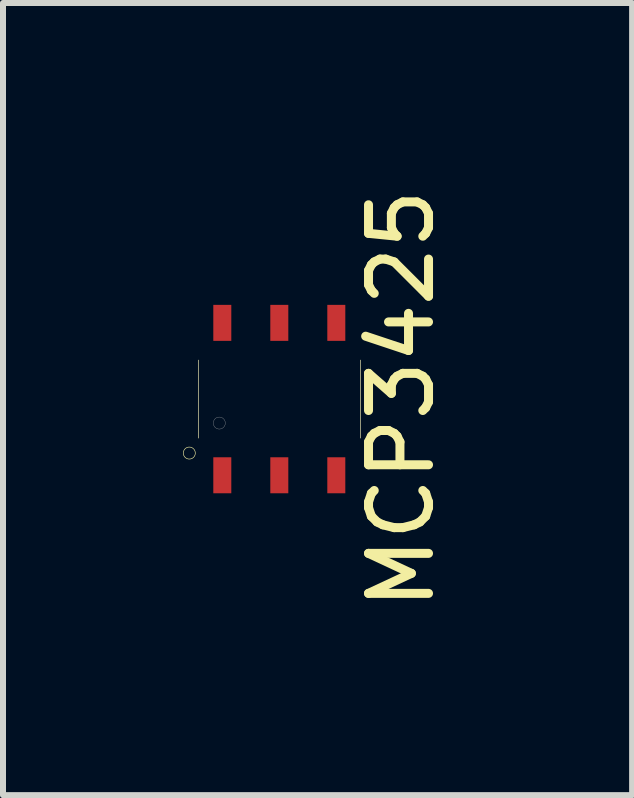
<source format=kicad_pcb>
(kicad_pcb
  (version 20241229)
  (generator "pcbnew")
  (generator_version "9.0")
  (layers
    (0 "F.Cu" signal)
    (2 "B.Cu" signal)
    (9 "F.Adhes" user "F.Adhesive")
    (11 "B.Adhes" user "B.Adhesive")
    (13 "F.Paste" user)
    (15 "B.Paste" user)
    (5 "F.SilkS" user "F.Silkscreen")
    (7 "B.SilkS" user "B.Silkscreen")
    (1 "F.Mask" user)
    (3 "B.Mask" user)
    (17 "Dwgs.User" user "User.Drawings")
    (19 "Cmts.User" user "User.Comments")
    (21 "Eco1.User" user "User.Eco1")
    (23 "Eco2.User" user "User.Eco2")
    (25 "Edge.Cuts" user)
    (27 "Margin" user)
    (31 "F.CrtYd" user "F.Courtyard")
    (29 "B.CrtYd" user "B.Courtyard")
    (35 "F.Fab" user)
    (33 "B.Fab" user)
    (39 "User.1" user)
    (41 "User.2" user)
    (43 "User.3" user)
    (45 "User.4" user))
  (footprint "MCP3425"
    (layer "F.Cu")
    (at 1.605 3.601)
    (property "Reference" "MCP3425" (at 2.032 0 90) (layer "F.SilkS") (effects (font (size 1 1) (thickness 0.15))))
    (attr through_hole)
    (fp_line (start -1.35 0.65) (end -1.35 -0.65) (stroke (width 0.01) (type solid)) (layer "F.SilkS"))
    (fp_line (start 1.35 0.65) (end 1.35 -0.65) (stroke (width 0.01) (type solid)) (layer "F.SilkS"))
    (fp_circle (center -1.5 0.9) (end -1.4 0.9) (stroke (width 0.01) (type solid)) (fill no) (layer "F.SilkS"))
    (fp_line (start -1.35 0.65) (end -1.35 -0.65) (stroke (width 0.004) (type solid)) (layer "F.Fab"))
    (fp_line (start 1.35 0.65) (end 1.35 -0.65) (stroke (width 0.004) (type solid)) (layer "F.Fab"))
    (fp_circle (center -1 0.4) (end -0.9 0.4) (stroke (width 0.005) (type solid)) (fill no) (layer "F.Fab"))
    (pad "1" smd rect (at -0.95 1.27) (size 0.3 0.6) (layers "F.Cu" "F.Mask" "F.Paste"))
    (pad "2" smd rect (at 0 1.27) (size 0.3 0.6) (layers "F.Cu" "F.Mask" "F.Paste"))
    (pad "3" smd rect (at 0.95 1.27) (size 0.3 0.6) (layers "F.Cu" "F.Mask" "F.Paste"))
    (pad "4" smd rect (at 0.95 -1.27) (size 0.3 0.6) (layers "F.Cu" "F.Mask" "F.Paste"))
    (pad "5" smd rect (at 0 -1.27) (size 0.3 0.6) (layers "F.Cu" "F.Mask" "F.Paste"))
    (pad "6" smd rect (at -0.95 -1.27) (size 0.3 0.6) (layers "F.Cu" "F.Mask" "F.Paste")))
  (gr_rect
    (start -3 -3)
    (end 7.485 10.202)
    (stroke (width 0.1) (type default))
    (fill no)
    (layer "Edge.Cuts")))
</source>
